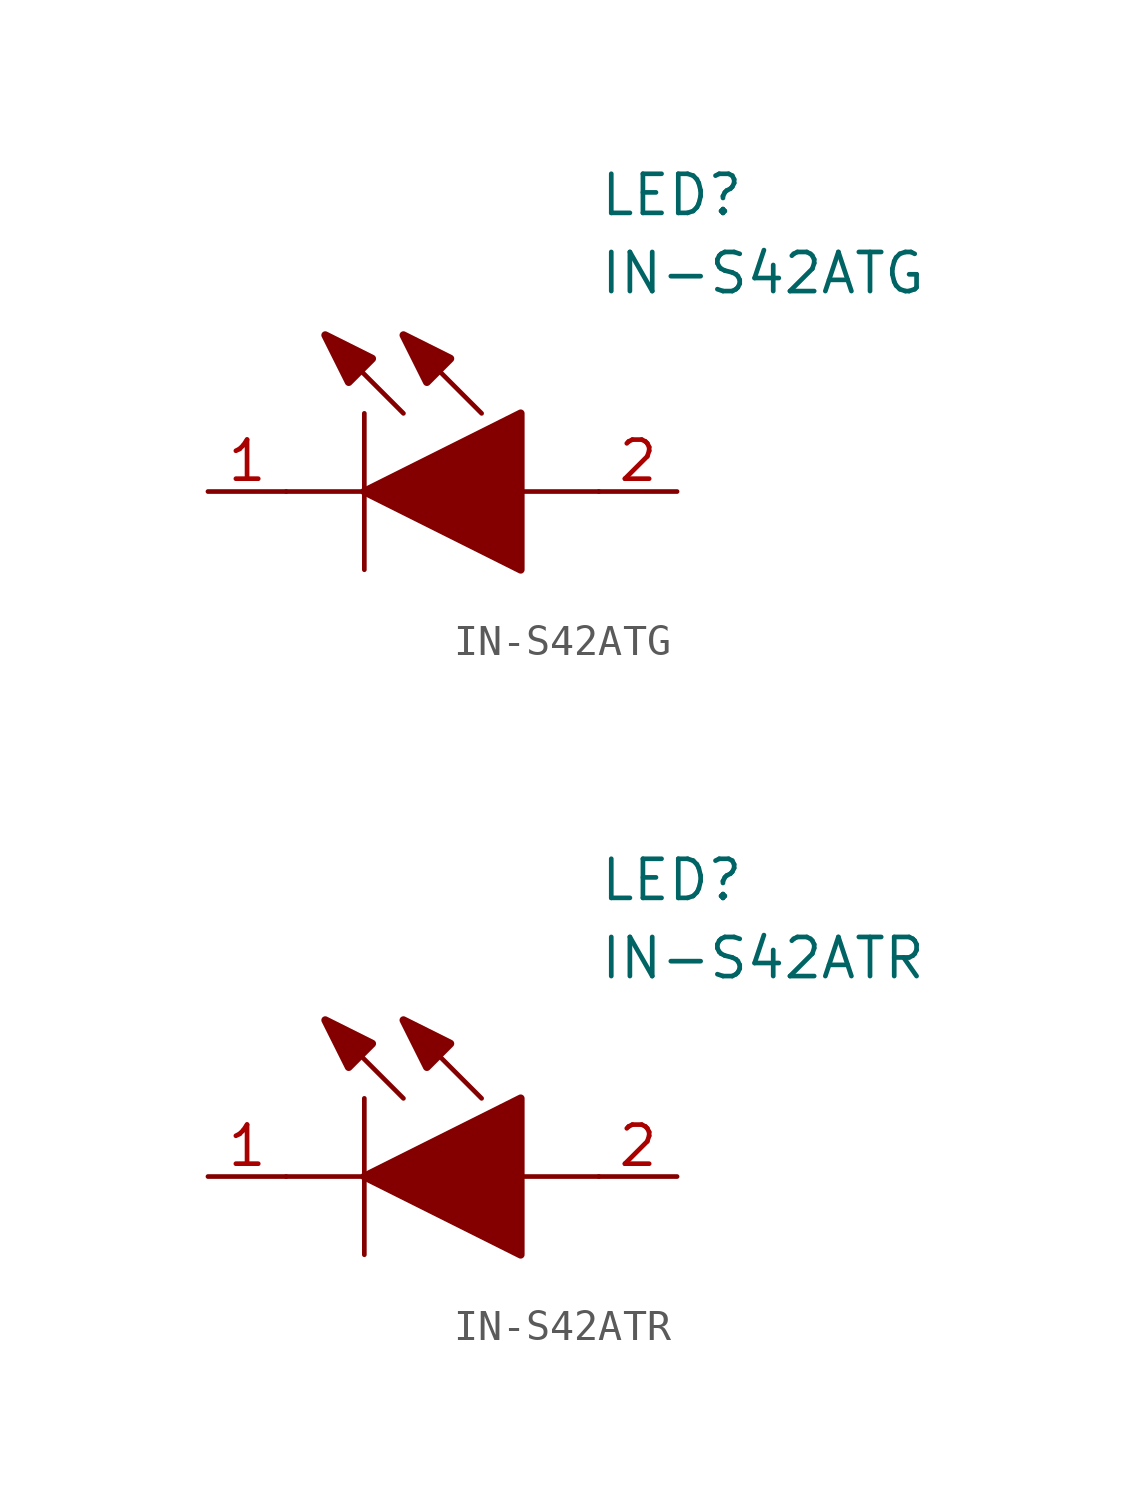
<source format=kicad_sym>
(kicad_symbol_lib
  (version 20220914)
  (generator kicad_symbol_editor)
  (symbol "IN-S42ATG"
    (pin_names
      (offset 0.762))
    (property "Reference" "LED"
      (at 12.7 8.89 0)
      (effects (font (size 1.27 1.27)) (justify left bottom)))
    (property "Value" "IN-S42ATG"
      (at 12.7 6.35 0)
      (effects (font (size 1.27 1.27)) (justify left bottom)))
    (symbol "IN-S42ATG_0_0"
      (pin passive line (at 0 0 0) (length 2.54) (name "~" (effects (font (size 1.27 1.27)))) (number "1" (effects (font (size 1.27 1.27)))))
      (pin passive line (at 15.24 0 180) (length 2.54) (name "~" (effects (font (size 1.27 1.27)))) (number "2" (effects (font (size 1.27 1.27))))))
    (symbol "IN-S42ATG_0_1"
      (polyline (pts (xy 2.54 0) (xy 5.08 0)) (stroke (width 0.152) (type solid)) (fill (type none)))
      (polyline (pts (xy 5.08 2.54) (xy 5.08 -2.54)) (stroke (width 0.152) (type solid)) (fill (type none)))
      (polyline (pts (xy 6.35 2.54) (xy 3.81 5.08)) (stroke (width 0.152) (type solid)) (fill (type none)))
      (polyline (pts (xy 8.89 2.54) (xy 6.35 5.08)) (stroke (width 0.152) (type solid)) (fill (type none)))
      (polyline (pts (xy 10.16 0) (xy 12.7 0)) (stroke (width 0.152) (type solid)) (fill (type none)))
      (polyline (pts (xy 5.08 0) (xy 10.16 2.54) (xy 10.16 -2.54) (xy 5.08 0)) (stroke (width 0.254) (type solid)) (fill (type outline)))
      (polyline (pts (xy 5.334 4.318) (xy 4.572 3.556) (xy 3.81 5.08) (xy 5.334 4.318)) (stroke (width 0.254) (type solid)) (fill (type outline)))
      (polyline (pts (xy 7.874 4.318) (xy 7.112 3.556) (xy 6.35 5.08) (xy 7.874 4.318)) (stroke (width 0.254) (type solid)) (fill (type outline)))))
  (symbol "IN-S42ATR"
    (pin_names
      (offset 0.762))
    (property "Reference" "LED"
      (at 12.7 8.89 0)
      (effects (font (size 1.27 1.27)) (justify left bottom)))
    (property "Value" "IN-S42ATR"
      (at 12.7 6.35 0)
      (effects (font (size 1.27 1.27)) (justify left bottom)))
    (symbol "IN-S42ATR_0_0"
      (pin passive line (at 0 0 0) (length 2.54) (name "~" (effects (font (size 1.27 1.27)))) (number "1" (effects (font (size 1.27 1.27)))))
      (pin passive line (at 15.24 0 180) (length 2.54) (name "~" (effects (font (size 1.27 1.27)))) (number "2" (effects (font (size 1.27 1.27))))))
    (symbol "IN-S42ATR_0_1"
      (polyline (pts (xy 2.54 0) (xy 5.08 0)) (stroke (width 0.152) (type solid)) (fill (type none)))
      (polyline (pts (xy 5.08 2.54) (xy 5.08 -2.54)) (stroke (width 0.152) (type solid)) (fill (type none)))
      (polyline (pts (xy 6.35 2.54) (xy 3.81 5.08)) (stroke (width 0.152) (type solid)) (fill (type none)))
      (polyline (pts (xy 8.89 2.54) (xy 6.35 5.08)) (stroke (width 0.152) (type solid)) (fill (type none)))
      (polyline (pts (xy 10.16 0) (xy 12.7 0)) (stroke (width 0.152) (type solid)) (fill (type none)))
      (polyline (pts (xy 5.08 0) (xy 10.16 2.54) (xy 10.16 -2.54) (xy 5.08 0)) (stroke (width 0.254) (type solid)) (fill (type outline)))
      (polyline (pts (xy 5.334 4.318) (xy 4.572 3.556) (xy 3.81 5.08) (xy 5.334 4.318)) (stroke (width 0.254) (type solid)) (fill (type outline)))
      (polyline (pts (xy 7.874 4.318) (xy 7.112 3.556) (xy 6.35 5.08) (xy 7.874 4.318)) (stroke (width 0.254) (type solid)) (fill (type outline))))))
</source>
